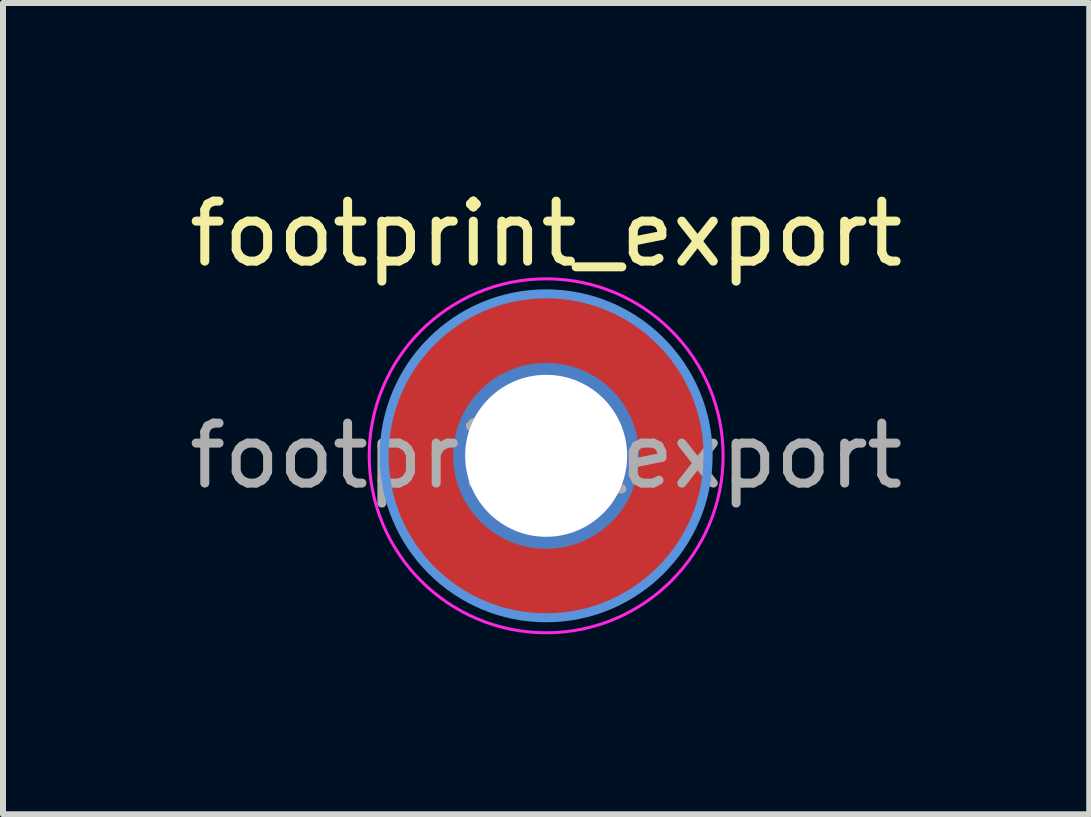
<source format=kicad_pcb>
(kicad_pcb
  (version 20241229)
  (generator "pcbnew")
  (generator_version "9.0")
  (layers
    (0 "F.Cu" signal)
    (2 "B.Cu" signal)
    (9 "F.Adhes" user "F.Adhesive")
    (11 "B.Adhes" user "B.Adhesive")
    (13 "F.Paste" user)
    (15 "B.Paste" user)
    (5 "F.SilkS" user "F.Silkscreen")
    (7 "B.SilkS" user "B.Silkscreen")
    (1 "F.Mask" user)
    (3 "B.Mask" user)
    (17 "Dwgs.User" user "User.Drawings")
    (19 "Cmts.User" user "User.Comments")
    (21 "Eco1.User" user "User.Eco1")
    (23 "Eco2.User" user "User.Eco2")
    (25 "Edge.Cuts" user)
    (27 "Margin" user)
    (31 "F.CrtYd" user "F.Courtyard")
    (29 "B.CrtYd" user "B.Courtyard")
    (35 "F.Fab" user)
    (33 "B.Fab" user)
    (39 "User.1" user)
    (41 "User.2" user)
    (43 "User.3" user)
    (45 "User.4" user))
  (footprint "footprint_export"
    (layer "F.Cu")
    (at 6.054 4.548)
    (property "Reference" "footprint_export" (at 0 -3.7 0) (layer "F.SilkS") (effects (font (size 1 1) (thickness 0.15))))
    (attr exclude_from_pos_files exclude_from_bom)
    (fp_circle (center 0 0) (end 2.7 0) (stroke (width 0.15) (type solid)) (fill no) (layer "Cmts.User"))
    (fp_circle (center 0 0) (end 2.95 0) (stroke (width 0.05) (type solid)) (fill no) (layer "F.CrtYd"))
    (fp_text user "${REFERENCE}" (at 0 0 0) (layer "F.Fab") (effects (font (size 1 1) (thickness 0.15))))
    (pad "1" thru_hole circle (at 0 0) (size 3.1 3.1) (drill 2.7) (layers "*.Cu" "*.Mask"))
    (pad "1" connect circle (at 0 0) (size 5.4 5.4) (layers "F.Cu" "F.Mask")))
  (gr_rect
    (start -3 -3)
    (end 15.107 10.523)
    (stroke (width 0.1) (type default))
    (fill no)
    (layer "Edge.Cuts")))
</source>
